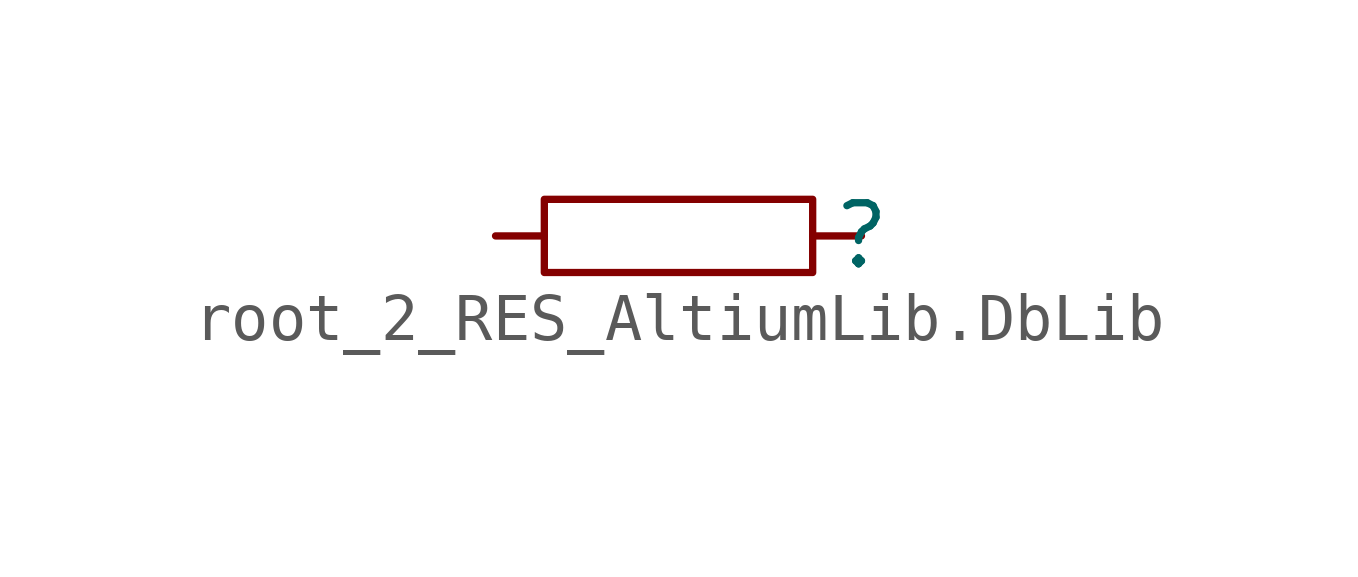
<source format=kicad_sym>
(kicad_symbol_lib
  (version 20241209)
  (generator "kicad_symbol_editor")
  (generator_version "9.0")
  (symbol "root_2_RES_AltiumLib.DbLib"
    (pin_numbers
      (hide yes))
    (pin_names
      (hide yes))
    (property "Reference" ""
      (at 0 0 0)
      (effects (font (size 1.27 1.27))))
    (property "Value" ""
      (at 0 0 0)
      (effects (font (size 1.27 1.27))))
    (symbol "root_2_RES_AltiumLib.DbLib_1_0"
      (polyline (pts (xy -6.604 -0.762) (xy -1.016 -0.762) (xy -1.016 0.762) (xy -6.604 0.762) (xy -6.604 -0.762)) (stroke (width 0) (type solid)) (fill (type none)))
      (pin passive line (at -7.62 0 0) (length 1.016) (name "2" (effects (font (size 1.27 1.27)))) (number "2" (effects (font (size 1.27 1.27)))))
      (pin passive line (at 0 0 180) (length 1.016) (name "1" (effects (font (size 1.27 1.27)))) (number "1" (effects (font (size 1.27 1.27))))))))
</source>
